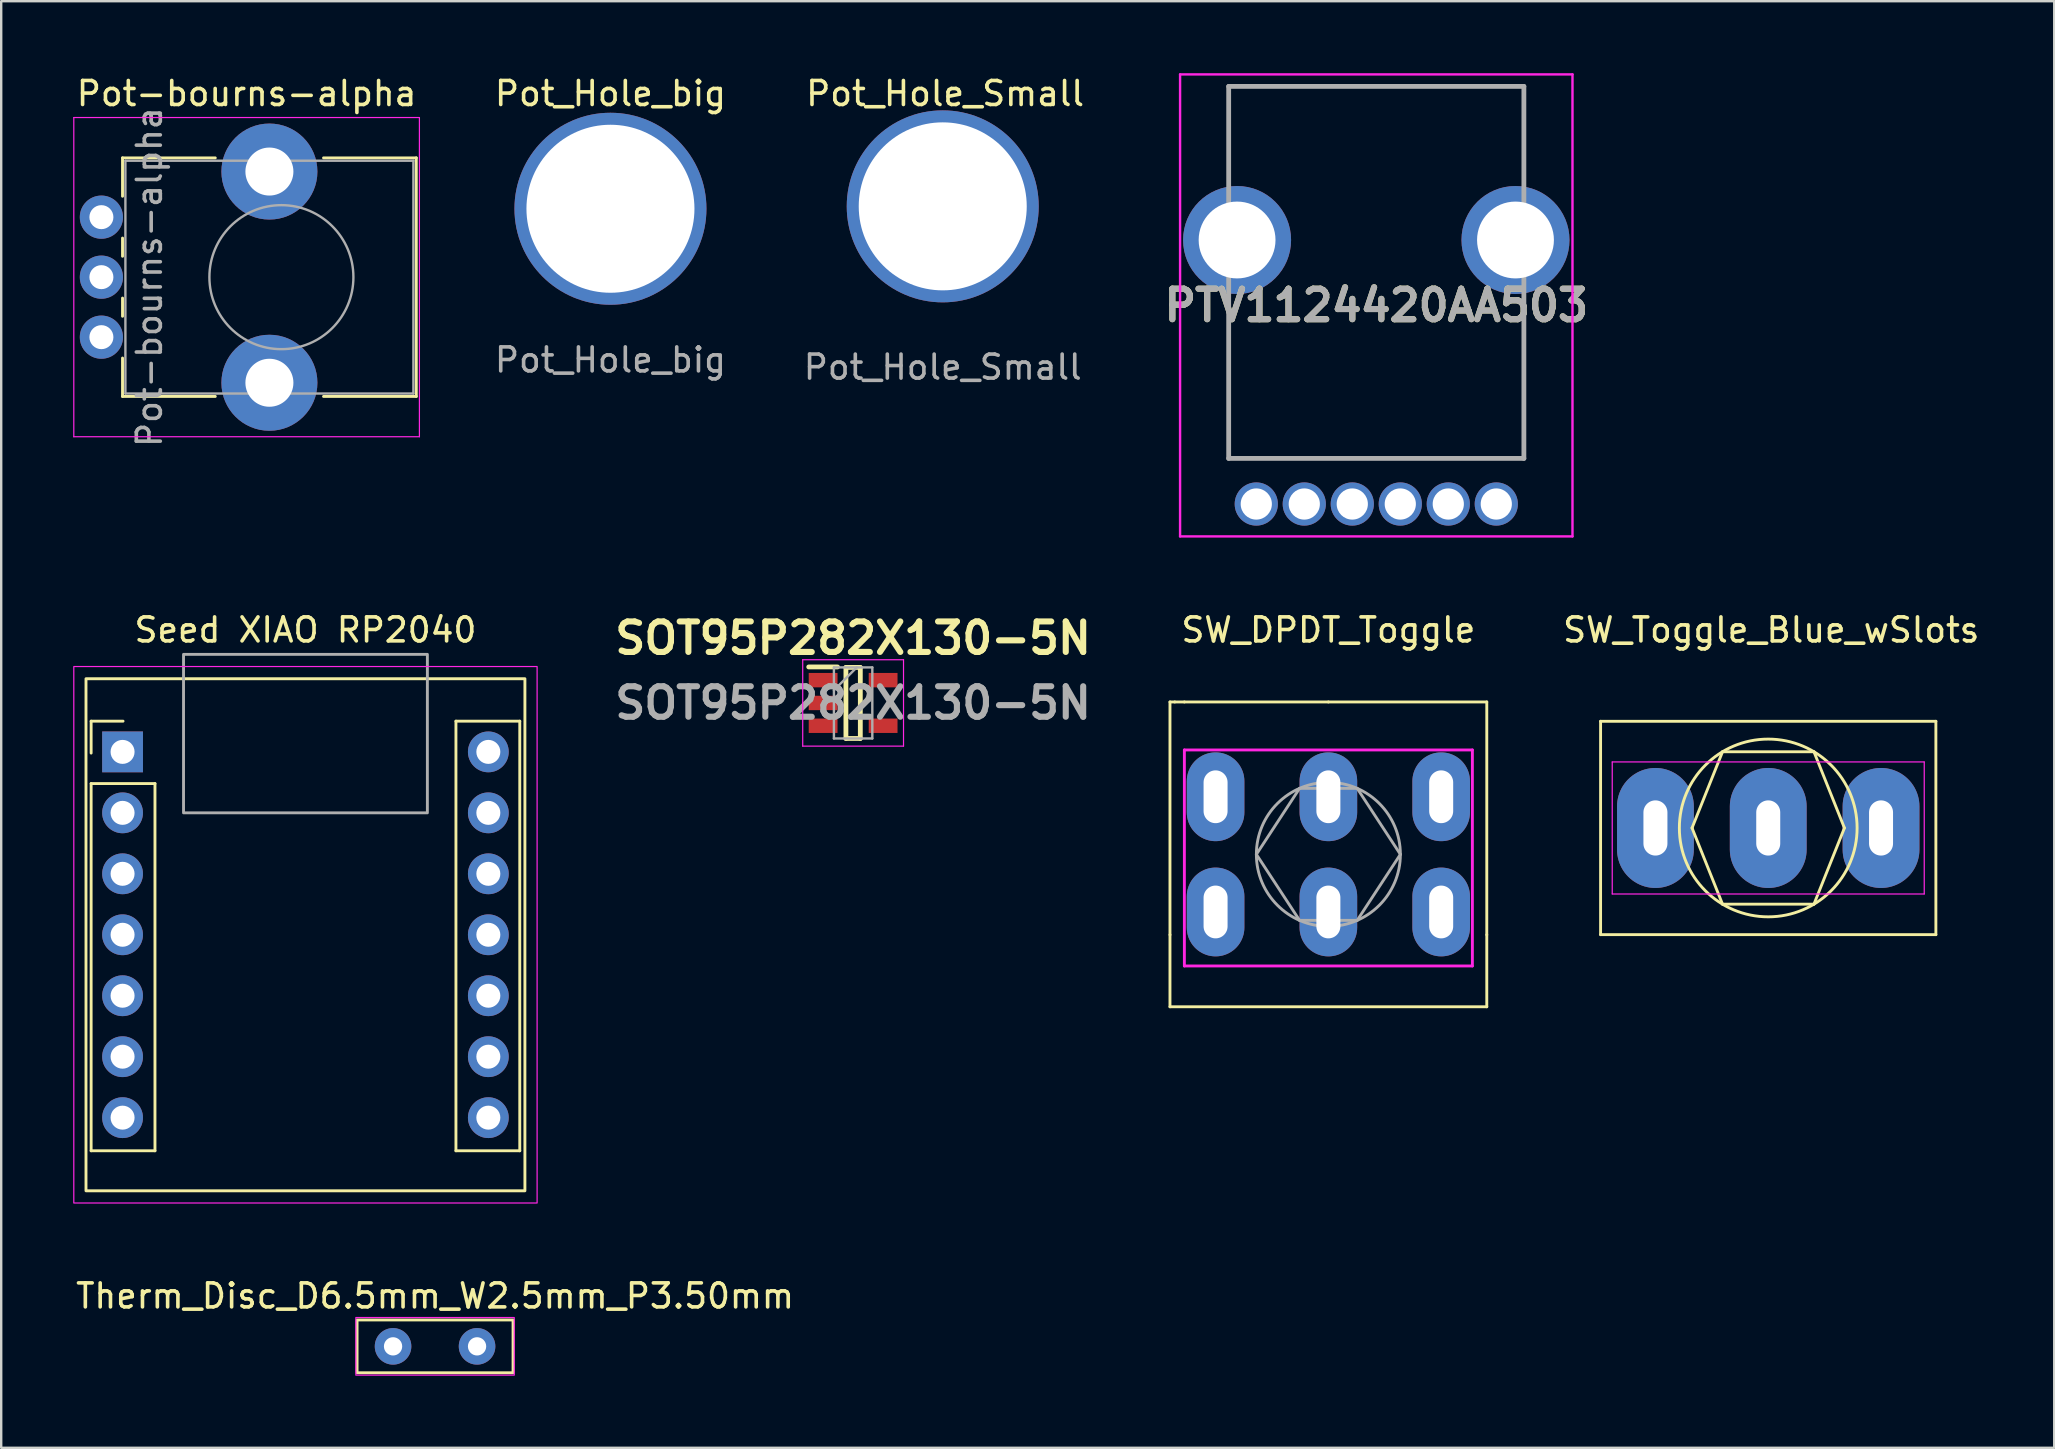
<source format=kicad_pcb>
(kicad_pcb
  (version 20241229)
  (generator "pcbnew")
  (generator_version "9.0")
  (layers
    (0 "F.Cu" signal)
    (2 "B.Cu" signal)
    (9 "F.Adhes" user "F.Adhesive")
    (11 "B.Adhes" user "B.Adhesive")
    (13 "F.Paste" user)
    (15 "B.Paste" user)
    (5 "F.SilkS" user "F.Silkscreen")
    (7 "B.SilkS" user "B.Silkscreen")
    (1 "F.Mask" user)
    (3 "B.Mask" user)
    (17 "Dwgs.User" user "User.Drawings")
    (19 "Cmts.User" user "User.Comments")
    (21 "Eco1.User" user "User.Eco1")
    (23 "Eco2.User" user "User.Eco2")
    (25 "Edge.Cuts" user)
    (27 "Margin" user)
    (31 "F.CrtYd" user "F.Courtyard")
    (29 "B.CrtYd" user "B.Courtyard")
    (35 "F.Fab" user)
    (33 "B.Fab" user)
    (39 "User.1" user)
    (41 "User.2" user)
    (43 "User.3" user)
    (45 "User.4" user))
  (footprint "SW_DPDT_Toggle"
    (layer "F.Cu")
    (at 52.298 32.548)
    (property "Reference" "SW_DPDT_Toggle" (at 0 -9.35 0) (layer "F.SilkS") (effects (font (size 1 1) (thickness 0.15))))
    (attr through_hole)
    (fp_line (start -6.6 3.35) (end -6.6 -6.35) (stroke (width 0.12) (type solid)) (layer "F.SilkS"))
    (fp_line (start -6.6 6.35) (end -6.6 3.35) (stroke (width 0.12) (type solid)) (layer "F.SilkS"))
    (fp_line (start -6.4 -6.35) (end -6.6 -6.35) (stroke (width 0.12) (type solid)) (layer "F.SilkS"))
    (fp_line (start -6 -6.35) (end -6.4 -6.35) (stroke (width 0.12) (type solid)) (layer "F.SilkS"))
    (fp_line (start 0 -6.35) (end -6 -6.35) (stroke (width 0.12) (type solid)) (layer "F.SilkS"))
    (fp_line (start 0 -6.35) (end 6.6 -6.35) (stroke (width 0.12) (type solid)) (layer "F.SilkS"))
    (fp_line (start 6.6 -6.35) (end 6.6 3.35) (stroke (width 0.12) (type solid)) (layer "F.SilkS"))
    (fp_line (start 6.6 6.35) (end -6.6 6.35) (stroke (width 0.12) (type solid)) (layer "F.SilkS"))
    (fp_line (start 6.6 6.35) (end 6.6 3.35) (stroke (width 0.12) (type solid)) (layer "F.SilkS"))
    (fp_line (start -6 -4.35) (end -6 4.65) (stroke (width 0.12) (type solid)) (layer "F.CrtYd"))
    (fp_line (start -6 -4.35) (end 6 -4.35) (stroke (width 0.12) (type solid)) (layer "F.CrtYd"))
    (fp_line (start -6 4.65) (end 6 4.65) (stroke (width 0.12) (type solid)) (layer "F.CrtYd"))
    (fp_line (start 6 4.65) (end 6 -4.35) (stroke (width 0.12) (type solid)) (layer "F.CrtYd"))
    (fp_line (start -3 0) (end -1.2 -2.75) (stroke (width 0.12) (type solid)) (layer "F.Fab"))
    (fp_line (start -1.2 -2.75) (end 1.2 -2.75) (stroke (width 0.12) (type solid)) (layer "F.Fab"))
    (fp_line (start -1.2 2.75) (end -3 0) (stroke (width 0.12) (type solid)) (layer "F.Fab"))
    (fp_line (start -1.2 2.75) (end 1.2 2.75) (stroke (width 0.12) (type solid)) (layer "F.Fab"))
    (fp_line (start 3 0) (end 1.2 -2.75) (stroke (width 0.12) (type solid)) (layer "F.Fab"))
    (fp_line (start 3 0) (end 1.2 2.75) (stroke (width 0.12) (type solid)) (layer "F.Fab"))
    (fp_circle (center 0 0) (end 3 0) (stroke (width 0.12) (type solid)) (fill no) (layer "F.Fab"))
    (pad "1" thru_hole oval (at 4.7 -2.4 90) (size 3.7 2.4) (drill oval 2.2 1) (layers "*.Cu" "*.Mask"))
    (pad "2" thru_hole oval (at 0 -2.4 90) (size 3.7 2.4) (drill oval 2.2 1) (layers "*.Cu" "*.Mask"))
    (pad "3" thru_hole oval (at -4.7 -2.4 90) (size 3.7 2.4) (drill oval 2.2 1) (layers "*.Cu" "*.Mask"))
    (pad "4" thru_hole oval (at 4.7 2.4 90) (size 3.7 2.4) (drill oval 2.2 1) (layers "*.Cu" "*.Mask"))
    (pad "5" thru_hole oval (at 0 2.4 90) (size 3.7 2.4) (drill oval 2.2 1) (layers "*.Cu" "*.Mask"))
    (pad "6" thru_hole oval (at -4.7 2.4 90) (size 3.7 2.4) (drill oval 2.2 1) (layers "*.Cu" "*.Mask")))
  (footprint "Pot_Hole_Small"
    (layer "F.Cu")
    (at 36.23 5.548)
    (property "Reference" "Pot_Hole_Small" (at 0.1 -4.7 0) (unlocked yes) (layer "F.SilkS") (effects (font (size 1 1) (thickness 0.15))))
    (attr through_hole)
    (fp_text user "${REFERENCE}" (at 0 6.7 0) (unlocked yes) (layer "F.Fab") (effects (font (size 1 1) (thickness 0.15))))
    (pad "1" thru_hole circle (at 0 0) (size 8 8) (drill 7) (layers "*.Cu" "*.Mask")))
  (footprint "Therm_Disc_D6.5mm_W2.5mm_P3.50mm"
    (layer "F.Cu")
    (at 15.077 53.047)
    (property "Reference" "Therm_Disc_D6.5mm_W2.5mm_P3.50mm" (at 0 -2.1 0) (unlocked yes) (layer "F.SilkS") (effects (font (size 1 1) (thickness 0.15))))
    (attr through_hole)
    (fp_rect (start -3.25 -1.1) (end 3.25 1.1) (stroke (width 0.12) (type default)) (fill no) (layer "F.SilkS"))
    (fp_rect (start -3.3 -1.2) (end 3.3 1.2) (stroke (width 0.05) (type default)) (fill no) (layer "F.CrtYd"))
    (pad "1" thru_hole circle (at -1.75 0) (size 1.524 1.524) (drill 0.762) (layers "*.Cu" "*.Mask"))
    (pad "2" thru_hole circle (at 1.75 0) (size 1.524 1.524) (drill 0.762) (layers "*.Cu" "*.Mask")))
  (footprint "Seed XIAO RP2040"
    (layer "F.Cu")
    (at 9.677 35.898)
    (property "Reference" "Seed XIAO RP2040" (at 0 -12.7 0) (unlocked yes) (layer "F.SilkS") (effects (font (size 1 1) (thickness 0.15))))
    (attr through_hole)
    (fp_line (start -8.93 -8.9) (end -7.6 -8.9) (stroke (width 0.12) (type solid)) (layer "F.SilkS"))
    (fp_line (start -8.93 -7.57) (end -8.93 -8.9) (stroke (width 0.12) (type solid)) (layer "F.SilkS"))
    (fp_line (start -8.93 -6.3) (end -8.93 9) (stroke (width 0.12) (type solid)) (layer "F.SilkS"))
    (fp_line (start -8.93 -6.3) (end -6.27 -6.3) (stroke (width 0.12) (type solid)) (layer "F.SilkS"))
    (fp_line (start -8.93 9) (end -6.27 9) (stroke (width 0.12) (type solid)) (layer "F.SilkS"))
    (fp_line (start -6.27 -6.3) (end -6.27 9) (stroke (width 0.12) (type solid)) (layer "F.SilkS"))
    (fp_line (start 6.27 -8.9) (end 6.27 9) (stroke (width 0.12) (type solid)) (layer "F.SilkS"))
    (fp_line (start 6.27 -8.9) (end 8.93 -8.9) (stroke (width 0.12) (type solid)) (layer "F.SilkS"))
    (fp_line (start 6.27 9) (end 8.93 9) (stroke (width 0.12) (type solid)) (layer "F.SilkS"))
    (fp_line (start 8.93 -8.9) (end 8.93 9) (stroke (width 0.12) (type solid)) (layer "F.SilkS"))
    (fp_rect (start -9.144 -10.668) (end 9.144 10.668) (stroke (width 0.12) (type solid)) (fill no) (layer "F.SilkS"))
    (fp_rect (start -9.652 -11.176) (end 9.652 11.176) (stroke (width 0.05) (type solid)) (fill no) (layer "F.CrtYd"))
    (fp_rect (start -5.08 -11.684) (end 5.08 -5.08) (stroke (width 0.12) (type solid)) (fill no) (layer "F.Fab"))
    (pad "1" thru_hole rect (at -7.62 -7.62) (size 1.7 1.7) (drill 1) (layers "*.Cu" "*.Mask"))
    (pad "2" thru_hole circle (at -7.62 -5.08) (size 1.7 1.7) (drill 1) (layers "*.Cu" "*.Mask"))
    (pad "3" thru_hole circle (at -7.62 -2.54) (size 1.7 1.7) (drill 1) (layers "*.Cu" "*.Mask"))
    (pad "4" thru_hole circle (at -7.62 0) (size 1.7 1.7) (drill 1) (layers "*.Cu" "*.Mask"))
    (pad "5" thru_hole circle (at -7.62 2.54) (size 1.7 1.7) (drill 1) (layers "*.Cu" "*.Mask"))
    (pad "6" thru_hole circle (at -7.62 5.08) (size 1.7 1.7) (drill 1) (layers "*.Cu" "*.Mask"))
    (pad "7" thru_hole circle (at -7.62 7.62) (size 1.7 1.7) (drill 1) (layers "*.Cu" "*.Mask"))
    (pad "8" thru_hole circle (at 7.62 7.62) (size 1.7 1.7) (drill 1) (layers "*.Cu" "*.Mask"))
    (pad "9" thru_hole circle (at 7.62 5.08) (size 1.7 1.7) (drill 1) (layers "*.Cu" "*.Mask"))
    (pad "10" thru_hole circle (at 7.62 2.54) (size 1.7 1.7) (drill 1) (layers "*.Cu" "*.Mask"))
    (pad "11" thru_hole circle (at 7.62 0) (size 1.7 1.7) (drill 1) (layers "*.Cu" "*.Mask"))
    (pad "12" thru_hole circle (at 7.62 -2.54) (size 1.7 1.7) (drill 1) (layers "*.Cu" "*.Mask"))
    (pad "13" thru_hole circle (at 7.62 -5.08) (size 1.7 1.7) (drill 1) (layers "*.Cu" "*.Mask"))
    (pad "14" thru_hole circle (at 7.62 -7.62) (size 1.7 1.7) (drill 1) (layers "*.Cu" "*.Mask")))
  (footprint "Pot-bourns-alpha"
    (layer "F.Cu")
    (at 1.175 10.998)
    (property "Reference" "Pot-bourns-alpha" (at 6.05 -10.15 0) (layer "F.SilkS") (effects (font (size 1 1) (thickness 0.15))))
    (attr through_hole)
    (fp_line (start 0.88 -7.47) (end 0.88 -5.871) (stroke (width 0.12) (type solid)) (layer "F.SilkS"))
    (fp_line (start 0.88 -7.47) (end 4.745 -7.47) (stroke (width 0.12) (type solid)) (layer "F.SilkS"))
    (fp_line (start 0.88 -4.129) (end 0.88 -3.37) (stroke (width 0.12) (type solid)) (layer "F.SilkS"))
    (fp_line (start 0.88 -1.629) (end 0.88 -0.87) (stroke (width 0.12) (type solid)) (layer "F.SilkS"))
    (fp_line (start 0.88 0.87) (end 0.88 2.47) (stroke (width 0.12) (type solid)) (layer "F.SilkS"))
    (fp_line (start 0.88 2.47) (end 4.745 2.47) (stroke (width 0.12) (type solid)) (layer "F.SilkS"))
    (fp_line (start 9.255 -7.47) (end 13.12 -7.47) (stroke (width 0.12) (type solid)) (layer "F.SilkS"))
    (fp_line (start 9.255 2.47) (end 13.12 2.47) (stroke (width 0.12) (type solid)) (layer "F.SilkS"))
    (fp_line (start 13.12 -7.47) (end 13.12 2.47) (stroke (width 0.12) (type solid)) (layer "F.SilkS"))
    (fp_line (start -1.15 -9.15) (end -1.15 4.15) (stroke (width 0.05) (type solid)) (layer "F.CrtYd"))
    (fp_line (start -1.15 4.15) (end 13.25 4.15) (stroke (width 0.05) (type solid)) (layer "F.CrtYd"))
    (fp_line (start 13.25 -9.15) (end -1.15 -9.15) (stroke (width 0.05) (type solid)) (layer "F.CrtYd"))
    (fp_line (start 13.25 4.15) (end 13.25 -9.15) (stroke (width 0.05) (type solid)) (layer "F.CrtYd"))
    (fp_line (start 1 -7.35) (end 1 2.35) (stroke (width 0.1) (type solid)) (layer "F.Fab"))
    (fp_line (start 1 2.35) (end 13 2.35) (stroke (width 0.1) (type solid)) (layer "F.Fab"))
    (fp_line (start 13 -7.35) (end 1 -7.35) (stroke (width 0.1) (type solid)) (layer "F.Fab"))
    (fp_line (start 13 2.35) (end 13 -7.35) (stroke (width 0.1) (type solid)) (layer "F.Fab"))
    (fp_circle (center 7.5 -2.5) (end 10.5 -2.5) (stroke (width 0.1) (type solid)) (fill no) (layer "F.Fab"))
    (fp_text user "${REFERENCE}" (at 2 -2.5 90) (layer "F.Fab") (effects (font (size 1 1) (thickness 0.15))))
    (pad "" np_thru_hole circle (at 7 -6.9) (size 4 4) (drill 2) (layers "*.Cu" "*.Mask"))
    (pad "" np_thru_hole circle (at 7 1.9) (size 4 4) (drill 2) (layers "*.Cu" "*.Mask"))
    (pad "1" thru_hole circle (at 0 -5) (size 1.8 1.8) (drill 1) (layers "*.Cu" "*.Mask"))
    (pad "2" thru_hole circle (at 0 -2.5) (size 1.8 1.8) (drill 1) (layers "*.Cu" "*.Mask"))
    (pad "3" thru_hole circle (at 0 0) (size 1.8 1.8) (drill 1) (layers "*.Cu" "*.Mask")))
  (footprint "SOT95P282X130-5N"
    (layer "F.Cu")
    (at 32.496 26.239)
    (property "Reference" "SOT95P282X130-5N" (at 0 -2.7 0) (layer "F.SilkS") (effects (font (size 1.27 1.27) (thickness 0.254))))
    (attr smd)
    (fp_line (start -1.85 -1.5) (end -0.65 -1.5) (stroke (width 0.2) (type solid)) (layer "F.SilkS"))
    (fp_line (start -0.3 -1.48) (end 0.3 -1.48) (stroke (width 0.2) (type solid)) (layer "F.SilkS"))
    (fp_line (start -0.3 1.48) (end -0.3 -1.48) (stroke (width 0.2) (type solid)) (layer "F.SilkS"))
    (fp_line (start 0.3 -1.48) (end 0.3 1.48) (stroke (width 0.2) (type solid)) (layer "F.SilkS"))
    (fp_line (start 0.3 1.48) (end -0.3 1.48) (stroke (width 0.2) (type solid)) (layer "F.SilkS"))
    (fp_line (start -2.1 -1.8) (end 2.1 -1.8) (stroke (width 0.05) (type solid)) (layer "F.CrtYd"))
    (fp_line (start -2.1 1.8) (end -2.1 -1.8) (stroke (width 0.05) (type solid)) (layer "F.CrtYd"))
    (fp_line (start 2.1 -1.8) (end 2.1 1.8) (stroke (width 0.05) (type solid)) (layer "F.CrtYd"))
    (fp_line (start 2.1 1.8) (end -2.1 1.8) (stroke (width 0.05) (type solid)) (layer "F.CrtYd"))
    (fp_line (start -0.8 -1.48) (end 0.8 -1.48) (stroke (width 0.1) (type solid)) (layer "F.Fab"))
    (fp_line (start -0.8 -0.53) (end 0.15 -1.48) (stroke (width 0.1) (type solid)) (layer "F.Fab"))
    (fp_line (start -0.8 1.48) (end -0.8 -1.48) (stroke (width 0.1) (type solid)) (layer "F.Fab"))
    (fp_line (start 0.8 -1.48) (end 0.8 1.48) (stroke (width 0.1) (type solid)) (layer "F.Fab"))
    (fp_line (start 0.8 1.48) (end -0.8 1.48) (stroke (width 0.1) (type solid)) (layer "F.Fab"))
    (fp_text user "${REFERENCE}" (at 0 0 0) (layer "F.Fab") (effects (font (size 1.27 1.27) (thickness 0.254))))
    (pad "1" smd rect (at -1.25 -0.95 90) (size 0.6 1.2) (layers "F.Cu" "F.Mask" "F.Paste"))
    (pad "2" smd rect (at -1.25 0 90) (size 0.6 1.2) (layers "F.Cu" "F.Mask" "F.Paste"))
    (pad "3" smd rect (at -1.25 0.95 90) (size 0.6 1.2) (layers "F.Cu" "F.Mask" "F.Paste"))
    (pad "4" smd rect (at 1.25 0.95 90) (size 0.6 1.2) (layers "F.Cu" "F.Mask" "F.Paste"))
    (pad "5" smd rect (at 1.25 -0.95 90) (size 0.6 1.2) (layers "F.Cu" "F.Mask" "F.Paste")))
  (footprint "PTV1124420AA503"
    (layer "F.Cu")
    (at 51.294 17.95)
    (property "Reference" "PTV1124420AA503" (at 3 -8.275 0) (layer "F.SilkS") (effects (font (size 1.27 1.27) (thickness 0.254))))
    (attr through_hole)
    (fp_line (start -3.15 -17.4) (end 9.15 -17.4) (stroke (width 0.1) (type solid)) (layer "F.SilkS"))
    (fp_line (start -3.15 -13.4) (end -3.15 -17.4) (stroke (width 0.1) (type solid)) (layer "F.SilkS"))
    (fp_line (start -3.15 -8.4) (end -3.15 -1.9) (stroke (width 0.1) (type solid)) (layer "F.SilkS"))
    (fp_line (start -3.15 -1.9) (end 9.15 -1.9) (stroke (width 0.1) (type solid)) (layer "F.SilkS"))
    (fp_line (start 9.15 -17.4) (end 9.15 -13.4) (stroke (width 0.1) (type solid)) (layer "F.SilkS"))
    (fp_line (start 9.15 -1.9) (end 9.15 -8.4) (stroke (width 0.1) (type solid)) (layer "F.SilkS"))
    (fp_line (start -5.175 -17.9) (end 11.175 -17.9) (stroke (width 0.1) (type solid)) (layer "F.CrtYd"))
    (fp_line (start -5.175 1.35) (end -5.175 -17.9) (stroke (width 0.1) (type solid)) (layer "F.CrtYd"))
    (fp_line (start 11.175 -17.9) (end 11.175 1.35) (stroke (width 0.1) (type solid)) (layer "F.CrtYd"))
    (fp_line (start 11.175 1.35) (end -5.175 1.35) (stroke (width 0.1) (type solid)) (layer "F.CrtYd"))
    (fp_line (start -3.15 -17.4) (end 9.15 -17.4) (stroke (width 0.2) (type solid)) (layer "F.Fab"))
    (fp_line (start -3.15 -1.9) (end -3.15 -17.4) (stroke (width 0.2) (type solid)) (layer "F.Fab"))
    (fp_line (start 9.15 -17.4) (end 9.15 -1.9) (stroke (width 0.2) (type solid)) (layer "F.Fab"))
    (fp_line (start 9.15 -1.9) (end -3.15 -1.9) (stroke (width 0.2) (type solid)) (layer "F.Fab"))
    (fp_text user "${REFERENCE}" (at 3 -8.275 0) (layer "F.Fab") (effects (font (size 1.27 1.27) (thickness 0.254))))
    (pad "1" thru_hole circle (at 0 0) (size 1.8 1.8) (drill 1.3) (layers "*.Cu" "*.Mask"))
    (pad "2" thru_hole circle (at -2 0) (size 1.8 1.8) (drill 1.3) (layers "*.Cu" "*.Mask"))
    (pad "3" thru_hole circle (at 8 0) (size 1.8 1.8) (drill 1.3) (layers "*.Cu" "*.Mask"))
    (pad "4" thru_hole circle (at 2 0) (size 1.8 1.8) (drill 1.3) (layers "*.Cu" "*.Mask"))
    (pad "5" thru_hole circle (at 4 0) (size 1.8 1.8) (drill 1.3) (layers "*.Cu" "*.Mask"))
    (pad "6" thru_hole circle (at 6 0) (size 1.8 1.8) (drill 1.3) (layers "*.Cu" "*.Mask"))
    (pad "MH1" thru_hole circle (at -2.8 -11) (size 4.5 4.5) (drill 3.202) (layers "*.Cu" "*.Mask"))
    (pad "MH2" thru_hole circle (at 8.8 -11) (size 4.5 4.5) (drill 3.202) (layers "*.Cu" "*.Mask")))
  (footprint "SW_Toggle_Blue_wSlots"
    (layer "F.Cu")
    (at 70.625 31.448)
    (property "Reference" "SW_Toggle_Blue_wSlots" (at 0.124 -8.25 0) (layer "F.SilkS") (effects (font (size 1 1) (thickness 0.15))))
    (attr through_hole)
    (fp_line (start -6.985 -4.445) (end 6.985 -4.445) (stroke (width 0.12) (type solid)) (layer "F.SilkS"))
    (fp_line (start -6.985 4.445) (end -6.985 -4.445) (stroke (width 0.12) (type solid)) (layer "F.SilkS"))
    (fp_line (start -3.175 0) (end -1.905 -3.175) (stroke (width 0.12) (type solid)) (layer "F.SilkS"))
    (fp_line (start -1.905 -3.175) (end 1.905 -3.175) (stroke (width 0.12) (type solid)) (layer "F.SilkS"))
    (fp_line (start -1.905 3.175) (end -3.175 0) (stroke (width 0.12) (type solid)) (layer "F.SilkS"))
    (fp_line (start 1.905 -3.175) (end 3.175 0) (stroke (width 0.12) (type solid)) (layer "F.SilkS"))
    (fp_line (start 1.905 3.175) (end -1.905 3.175) (stroke (width 0.12) (type solid)) (layer "F.SilkS"))
    (fp_line (start 3.175 0) (end 1.905 3.175) (stroke (width 0.12) (type solid)) (layer "F.SilkS"))
    (fp_line (start 6.985 -4.445) (end 6.985 4.445) (stroke (width 0.12) (type solid)) (layer "F.SilkS"))
    (fp_line (start 6.985 4.445) (end -6.985 4.445) (stroke (width 0.12) (type solid)) (layer "F.SilkS"))
    (fp_circle (center 0 0) (end 1.905 3.175) (stroke (width 0.12) (type solid)) (fill no) (layer "F.SilkS"))
    (fp_line (start -4.902 -1.422) (end -4.013 -1.422) (stroke (width 0.12) (type solid)) (layer "Eco2.User"))
    (fp_line (start -4.902 1.372) (end -4.902 -1.422) (stroke (width 0.12) (type solid)) (layer "Eco2.User"))
    (fp_line (start -4.013 -1.422) (end -4.013 1.372) (stroke (width 0.12) (type solid)) (layer "Eco2.User"))
    (fp_line (start -4.013 1.372) (end -4.902 1.372) (stroke (width 0.12) (type solid)) (layer "Eco2.User"))
    (fp_line (start -0.457 -1.422) (end 0.432 -1.422) (stroke (width 0.12) (type solid)) (layer "Eco2.User"))
    (fp_line (start -0.457 1.372) (end -0.457 -1.422) (stroke (width 0.12) (type solid)) (layer "Eco2.User"))
    (fp_line (start 0.432 -1.422) (end 0.432 1.372) (stroke (width 0.12) (type solid)) (layer "Eco2.User"))
    (fp_line (start 0.432 1.372) (end -0.457 1.372) (stroke (width 0.12) (type solid)) (layer "Eco2.User"))
    (fp_line (start 4.013 -1.422) (end 4.877 -1.422) (stroke (width 0.12) (type solid)) (layer "Eco2.User"))
    (fp_line (start 4.013 1.372) (end 4.013 -1.422) (stroke (width 0.12) (type solid)) (layer "Eco2.User"))
    (fp_line (start 4.877 -1.422) (end 4.902 1.372) (stroke (width 0.12) (type solid)) (layer "Eco2.User"))
    (fp_line (start 4.902 1.372) (end 4.013 1.372) (stroke (width 0.12) (type solid)) (layer "Eco2.User"))
    (fp_line (start -6.5 -2.75) (end 6.5 -2.75) (stroke (width 0.05) (type solid)) (layer "F.CrtYd"))
    (fp_line (start -6.5 2.75) (end -6.5 -2.75) (stroke (width 0.05) (type solid)) (layer "F.CrtYd"))
    (fp_line (start 6.5 -2.75) (end 6.5 2.75) (stroke (width 0.05) (type solid)) (layer "F.CrtYd"))
    (fp_line (start 6.5 2.75) (end -6.5 2.75) (stroke (width 0.05) (type solid)) (layer "F.CrtYd"))
    (pad "1" thru_hole oval (at -4.7 0) (size 3.2 5) (drill oval 1 2.3) (layers "*.Cu" "*.Mask"))
    (pad "2" thru_hole oval (at 0 0) (size 3.2 5) (drill oval 1 2.3) (layers "*.Cu" "*.Mask"))
    (pad "3" thru_hole oval (at 4.7 0) (size 3.2 5) (drill oval 1 2.3) (layers "*.Cu" "*.Mask")))
  (footprint "Pot_Hole_big"
    (layer "F.Cu")
    (at 22.385 5.648)
    (property "Reference" "Pot_Hole_big" (at 0 -4.8 0) (unlocked yes) (layer "F.SilkS") (effects (font (size 1 1) (thickness 0.15))))
    (attr through_hole)
    (fp_text user "${REFERENCE}" (at 0 6.3 0) (unlocked yes) (layer "F.Fab") (effects (font (size 1 1) (thickness 0.15))))
    (pad "1" thru_hole circle (at 0 0) (size 8 8) (drill 7) (layers "*.Cu" "*.Mask")))
  (gr_rect
    (start -3 -3)
    (end 82.541 57.273)
    (stroke (width 0.1) (type default))
    (fill no)
    (layer "Edge.Cuts")))
</source>
